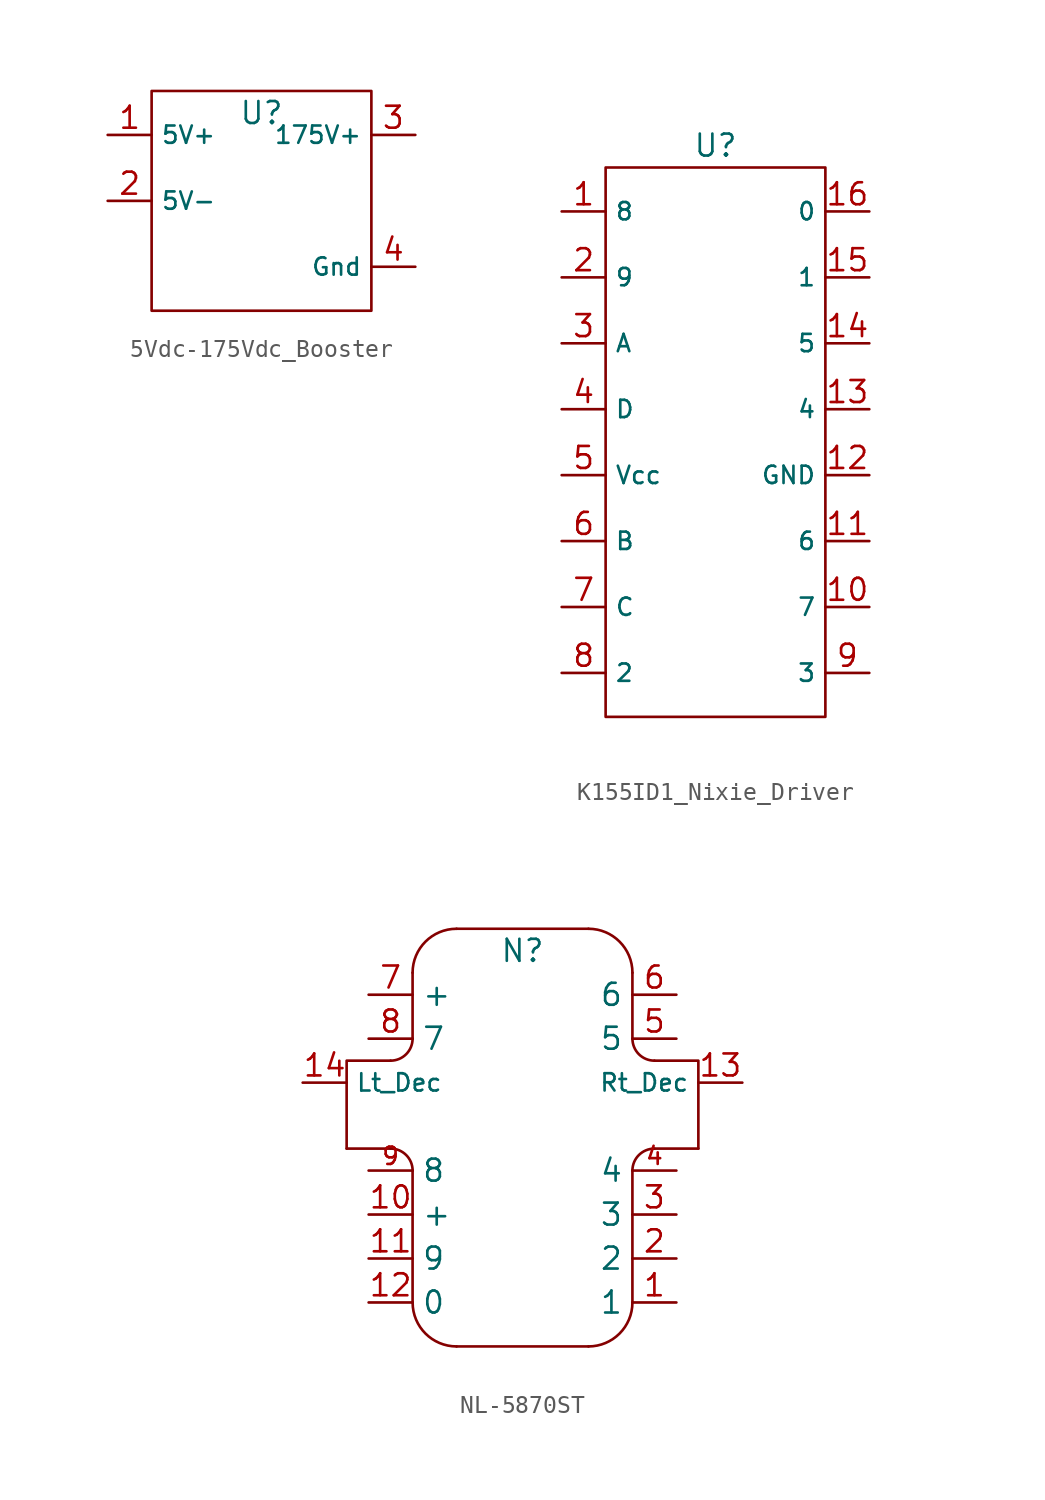
<source format=kicad_sym>
(kicad_symbol_lib
  (version 20220914)
  (generator kicad_symbol_editor)
  (symbol "5Vdc-175Vdc_Booster"
    (property "Reference" "U"
      (at 0 5.08 0)
      (effects (font (size 1.27 1.27))))
    (property "Value" ""
      (at 0 0 0)
      (effects (font (size 1.27 1.27))))
    (symbol "5Vdc-175Vdc_Booster_0_1"
      (rectangle (start -6.35 6.35) (end 6.35 -6.35) (stroke (width 0) (type default)) (fill (type none))))
    (symbol "5Vdc-175Vdc_Booster_1_1"
      (pin input line (at -8.89 3.81 0) (length 2.54) (name "5V+" (effects (font (size 1 1)))) (number "1" (effects (font (size 1.27 1.27)))))
      (pin input line (at -8.89 0 0) (length 2.54) (name "5V-" (effects (font (size 1 1)))) (number "2" (effects (font (size 1.27 1.27)))))
      (pin input line (at 8.89 3.81 180) (length 2.54) (name "175V+" (effects (font (size 1 1)))) (number "3" (effects (font (size 1.27 1.27)))))
      (pin input line (at 8.89 -3.81 180) (length 2.54) (name "Gnd" (effects (font (size 1 1)))) (number "4" (effects (font (size 1.27 1.27)))))))
  (symbol "K155ID1_Nixie_Driver"
    (property "Reference" "U"
      (at 0 15.24 0)
      (effects (font (size 1.27 1.27))))
    (property "Value" ""
      (at 0 0 0)
      (effects (font (size 1.27 1.27))))
    (symbol "K155ID1_Nixie_Driver_0_1"
      (rectangle (start -6.35 13.97) (end 6.35 -17.78) (stroke (width 0) (type default)) (fill (type none))))
    (symbol "K155ID1_Nixie_Driver_1_1"
      (pin output line (at -8.89 11.43 0) (length 2.54) (name "8" (effects (font (size 1 1)))) (number "1" (effects (font (size 1.27 1.27)))))
      (pin output line (at 8.89 -11.43 180) (length 2.54) (name "7" (effects (font (size 1 1)))) (number "10" (effects (font (size 1.27 1.27)))))
      (pin output line (at 8.89 -7.62 180) (length 2.54) (name "6" (effects (font (size 1 1)))) (number "11" (effects (font (size 1.27 1.27)))))
      (pin input line (at 8.89 -3.81 180) (length 2.54) (name "GND" (effects (font (size 1 1)))) (number "12" (effects (font (size 1.27 1.27)))))
      (pin output line (at 8.89 0 180) (length 2.54) (name "4" (effects (font (size 1 1)))) (number "13" (effects (font (size 1.27 1.27)))))
      (pin output line (at 8.89 3.81 180) (length 2.54) (name "5" (effects (font (size 1 1)))) (number "14" (effects (font (size 1.27 1.27)))))
      (pin output line (at 8.89 7.62 180) (length 2.54) (name "1" (effects (font (size 1 1)))) (number "15" (effects (font (size 1.27 1.27)))))
      (pin output line (at 8.89 11.43 180) (length 2.54) (name "0" (effects (font (size 1 1)))) (number "16" (effects (font (size 1.27 1.27)))))
      (pin output line (at -8.89 7.62 0) (length 2.54) (name "9" (effects (font (size 1 1)))) (number "2" (effects (font (size 1.27 1.27)))))
      (pin input line (at -8.89 3.81 0) (length 2.54) (name "A" (effects (font (size 1 1)))) (number "3" (effects (font (size 1.27 1.27)))))
      (pin input line (at -8.89 0 0) (length 2.54) (name "D" (effects (font (size 1 1)))) (number "4" (effects (font (size 1.27 1.27)))))
      (pin input line (at -8.89 -3.81 0) (length 2.54) (name "Vcc" (effects (font (size 1 1)))) (number "5" (effects (font (size 1.27 1.27)))))
      (pin input line (at -8.89 -7.62 0) (length 2.54) (name "B" (effects (font (size 1 1)))) (number "6" (effects (font (size 1.27 1.27)))))
      (pin input line (at -8.89 -11.43 0) (length 2.54) (name "C" (effects (font (size 1 1)))) (number "7" (effects (font (size 1.27 1.27)))))
      (pin output line (at -8.89 -15.24 0) (length 2.54) (name "2" (effects (font (size 1 1)))) (number "8" (effects (font (size 1.27 1.27)))))
      (pin output line (at 8.89 -15.24 180) (length 2.54) (name "3" (effects (font (size 1 1)))) (number "9" (effects (font (size 1.27 1.27)))))))
  (symbol "NL-5870ST"
    (property "Reference" "N"
      (at 0 8.89 0)
      (effects (font (size 1.27 1.27))))
    (property "Value" ""
      (at -3.81 -3.81 0)
      (effects (font (size 1.27 1.27))))
    (symbol "NL-5870ST_0_0"
      (text "" (at -21.59 -1.27 0) (effects (font (size 1.27 1.27))))
      (text "" (at 21.59 -1.27 0) (effects (font (size 1.27 1.27)))))
    (symbol "NL-5870ST_1_1"
      (arc (start -7.62 2.54) (mid -6.722 2.912) (end -6.35 3.81) (stroke (width 0) (type default)) (fill (type none)))
      (arc (start -6.35 -11.43) (mid -5.6061 -13.2261) (end -3.81 -13.97) (stroke (width 0) (type default)) (fill (type none)))
      (arc (start -6.35 -3.81) (mid -6.722 -2.912) (end -7.62 -2.54) (stroke (width 0) (type default)) (fill (type none)))
      (arc (start -3.81 10.16) (mid -5.6061 9.4161) (end -6.35 7.62) (stroke (width 0) (type default)) (fill (type none)))
      (polyline (pts (xy -10.16 -2.54) (xy -7.62 -2.54)) (stroke (width 0) (type default)) (fill (type none)))
      (polyline (pts (xy -6.35 -3.81) (xy -6.35 -11.43)) (stroke (width 0) (type default)) (fill (type none)))
      (polyline (pts (xy -6.35 7.62) (xy -6.35 3.81)) (stroke (width 0) (type default)) (fill (type none)))
      (polyline (pts (xy -3.81 10.16) (xy 3.81 10.16)) (stroke (width 0) (type default)) (fill (type none)))
      (polyline (pts (xy 3.81 -13.97) (xy -3.81 -13.97)) (stroke (width 0) (type default)) (fill (type none)))
      (polyline (pts (xy 6.35 -3.81) (xy 6.35 -11.43)) (stroke (width 0) (type default)) (fill (type none)))
      (polyline (pts (xy 6.35 7.62) (xy 6.35 3.81)) (stroke (width 0) (type default)) (fill (type none)))
      (polyline (pts (xy 10.16 -2.54) (xy 7.62 -2.54)) (stroke (width 0) (type default)) (fill (type none)))
      (polyline (pts (xy -7.62 2.54) (xy -10.16 2.54) (xy -10.16 -2.54)) (stroke (width 0) (type default)) (fill (type none)))
      (polyline (pts (xy 7.62 2.54) (xy 10.16 2.54) (xy 10.16 -2.54)) (stroke (width 0) (type default)) (fill (type none)))
      (arc (start 3.81 -13.97) (mid 5.6061 -13.2261) (end 6.35 -11.43) (stroke (width 0) (type default)) (fill (type none)))
      (arc (start 6.35 3.81) (mid 6.722 2.912) (end 7.62 2.54) (stroke (width 0) (type default)) (fill (type none)))
      (arc (start 6.35 7.62) (mid 5.6061 9.4161) (end 3.81 10.16) (stroke (width 0) (type default)) (fill (type none)))
      (arc (start 7.62 -2.54) (mid 6.722 -2.912) (end 6.35 -3.81) (stroke (width 0) (type default)) (fill (type none)))
      (pin input line (at 8.89 -11.43 180) (length 2.54) (name "1" (effects (font (size 1.27 1.27)))) (number "1" (effects (font (size 1.27 1.27)))))
      (pin input line (at -8.89 -6.35 0) (length 2.54) (name "+" (effects (font (size 1.27 1.27)))) (number "10" (effects (font (size 1.27 1.27)))))
      (pin input line (at -8.89 -8.89 0) (length 2.54) (name "9" (effects (font (size 1.27 1.27)))) (number "11" (effects (font (size 1.27 1.27)))))
      (pin input line (at -8.89 -11.43 0) (length 2.54) (name "0" (effects (font (size 1.27 1.27)))) (number "12" (effects (font (size 1.27 1.27)))))
      (pin input line (at 12.7 1.27 180) (length 2.54) (name "Rt_Dec" (effects (font (size 1 1)))) (number "13" (effects (font (size 1.27 1.27)))))
      (pin input line (at -12.7 1.27 0) (length 2.54) (name "Lt_Dec" (effects (font (size 1 1)))) (number "14" (effects (font (size 1.27 1.27)))))
      (pin input line (at 8.89 -8.89 180) (length 2.54) (name "2" (effects (font (size 1.27 1.27)))) (number "2" (effects (font (size 1.27 1.27)))))
      (pin input line (at 8.89 -6.35 180) (length 2.54) (name "3" (effects (font (size 1.27 1.27)))) (number "3" (effects (font (size 1.27 1.27)))))
      (pin input line (at 8.89 -3.81 180) (length 2.54) (name "4" (effects (font (size 1.27 1.27)))) (number "4" (effects (font (size 1 1)))))
      (pin input line (at 8.89 3.81 180) (length 2.54) (name "5" (effects (font (size 1.27 1.27)))) (number "5" (effects (font (size 1.27 1.27)))))
      (pin input line (at 8.89 6.35 180) (length 2.54) (name "6" (effects (font (size 1.27 1.27)))) (number "6" (effects (font (size 1.27 1.27)))))
      (pin input line (at -8.89 6.35 0) (length 2.54) (name "+" (effects (font (size 1.27 1.27)))) (number "7" (effects (font (size 1.27 1.27)))))
      (pin input line (at -8.89 3.81 0) (length 2.54) (name "7" (effects (font (size 1.27 1.27)))) (number "8" (effects (font (size 1.27 1.27)))))
      (pin input line (at -8.89 -3.81 0) (length 2.54) (name "8" (effects (font (size 1.27 1.27)))) (number "9" (effects (font (size 1 1))))))))
</source>
